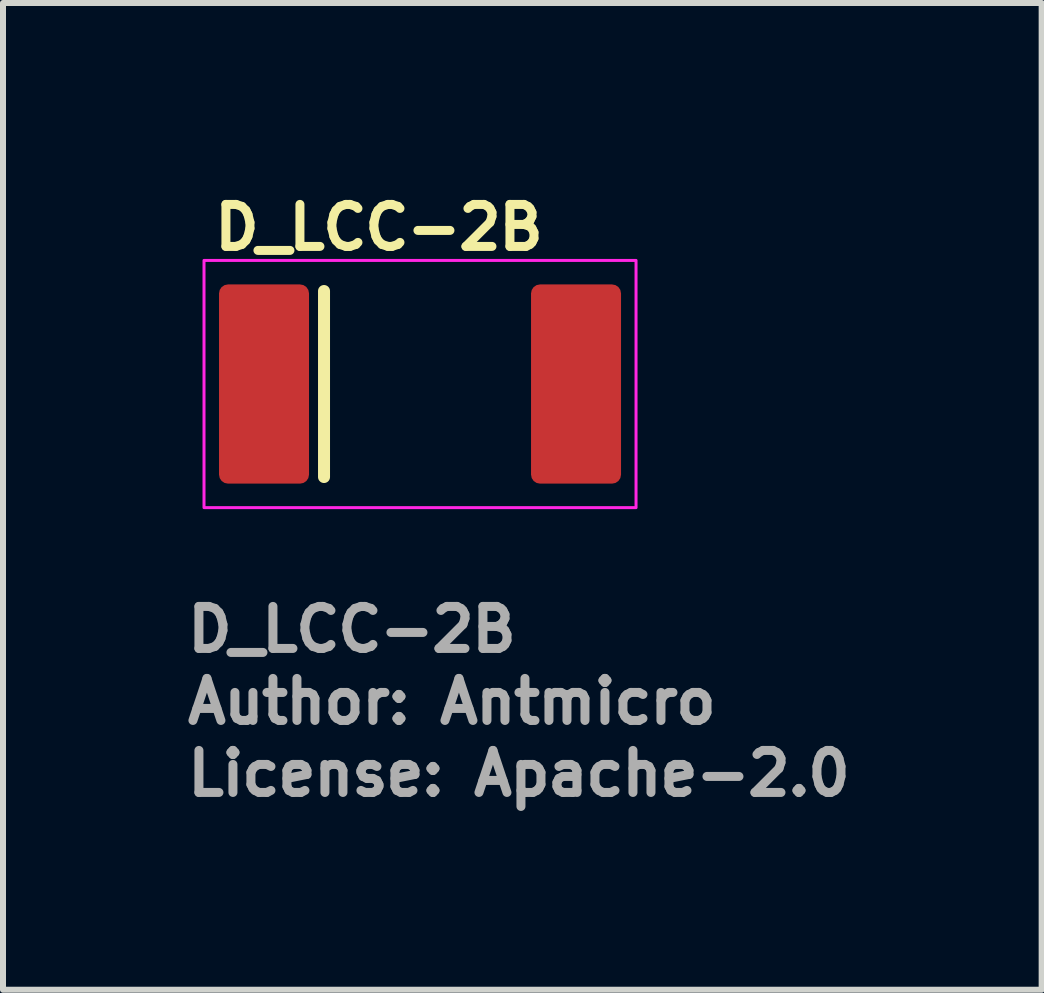
<source format=kicad_pcb>
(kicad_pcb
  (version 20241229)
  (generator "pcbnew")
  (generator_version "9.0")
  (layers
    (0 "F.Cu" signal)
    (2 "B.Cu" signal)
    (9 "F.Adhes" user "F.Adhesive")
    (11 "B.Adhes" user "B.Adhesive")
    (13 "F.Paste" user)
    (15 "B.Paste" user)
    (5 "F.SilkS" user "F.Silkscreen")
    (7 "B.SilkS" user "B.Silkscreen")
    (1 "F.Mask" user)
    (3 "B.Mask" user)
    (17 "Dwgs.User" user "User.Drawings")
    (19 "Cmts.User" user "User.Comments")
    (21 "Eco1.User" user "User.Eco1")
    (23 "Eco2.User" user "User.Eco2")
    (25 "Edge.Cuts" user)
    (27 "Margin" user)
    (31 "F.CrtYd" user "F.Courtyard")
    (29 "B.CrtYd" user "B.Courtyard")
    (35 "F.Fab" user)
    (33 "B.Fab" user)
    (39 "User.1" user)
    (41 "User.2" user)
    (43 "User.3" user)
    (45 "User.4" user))
  (footprint "D_LCC-2B"
    (layer "F.Cu")
    (at 3.95 3.35)
    (property "Reference" "D_LCC-2B" (at -3.5 -2.2 0) (unlocked yes) (layer "F.SilkS") (effects (font (size 0.7 0.7) (thickness 0.15)) (justify left bottom)))
    (attr smd)
    (fp_line (start -1.6 -1.55) (end -1.6 1.55) (stroke (width 0.2) (type default)) (layer "F.SilkS"))
    (fp_rect (start -3.6 -2.06) (end 3.6 2.06) (stroke (width 0.05) (type solid)) (fill no) (layer "F.CrtYd"))
    (fp_rect (start -2.7 -1.81) (end 2.7 1.81) (stroke (width 0.1) (type solid)) (fill no) (layer "User.5"))
    (fp_line (start -2.7 -1.52) (end -2.68 -1.54) (stroke (width 0.02) (type default)) (layer "User.9"))
    (fp_line (start -2.7 -0.884) (end -2.7 -1.52) (stroke (width 0.02) (type solid)) (layer "User.9"))
    (fp_line (start -2.7 -0.884) (end -2.688 -0.884) (stroke (width 0.02) (type default)) (layer "User.9"))
    (fp_line (start -2.7 0.936) (end -2.688 0.936) (stroke (width 0.02) (type default)) (layer "User.9"))
    (fp_line (start -2.7 1.52) (end -2.7 0.936) (stroke (width 0.02) (type solid)) (layer "User.9"))
    (fp_line (start -2.688 0.936) (end -2.655 0.933) (stroke (width 0.02) (type solid)) (layer "User.9"))
    (fp_line (start -2.688 0.936) (end -2.655 0.933) (stroke (width 0.02) (type solid)) (layer "User.9"))
    (fp_line (start -2.68 -1.54) (end -2.543 -1.54) (stroke (width 0.02) (type solid)) (layer "User.9"))
    (fp_line (start -2.68 1.54) (end -2.7 1.52) (stroke (width 0.02) (type default)) (layer "User.9"))
    (fp_line (start -2.655 -0.88) (end -2.688 -0.884) (stroke (width 0.02) (type solid)) (layer "User.9"))
    (fp_line (start -2.655 -0.88) (end -2.688 -0.884) (stroke (width 0.02) (type solid)) (layer "User.9"))
    (fp_line (start -2.655 0.933) (end -2.623 0.921) (stroke (width 0.02) (type solid)) (layer "User.9"))
    (fp_line (start -2.655 0.933) (end -2.623 0.921) (stroke (width 0.02) (type solid)) (layer "User.9"))
    (fp_line (start -2.623 -0.869) (end -2.655 -0.88) (stroke (width 0.02) (type solid)) (layer "User.9"))
    (fp_line (start -2.623 -0.869) (end -2.655 -0.88) (stroke (width 0.02) (type solid)) (layer "User.9"))
    (fp_line (start -2.623 0.921) (end -2.595 0.904) (stroke (width 0.02) (type solid)) (layer "User.9"))
    (fp_line (start -2.623 0.921) (end -2.595 0.904) (stroke (width 0.02) (type solid)) (layer "User.9"))
    (fp_line (start -2.595 -0.851) (end -2.623 -0.869) (stroke (width 0.02) (type solid)) (layer "User.9"))
    (fp_line (start -2.595 -0.851) (end -2.623 -0.869) (stroke (width 0.02) (type solid)) (layer "User.9"))
    (fp_line (start -2.595 0.904) (end -2.571 0.88) (stroke (width 0.02) (type solid)) (layer "User.9"))
    (fp_line (start -2.595 0.904) (end -2.571 0.88) (stroke (width 0.02) (type solid)) (layer "User.9"))
    (fp_line (start -2.571 -0.827) (end -2.595 -0.851) (stroke (width 0.02) (type solid)) (layer "User.9"))
    (fp_line (start -2.571 -0.827) (end -2.595 -0.851) (stroke (width 0.02) (type solid)) (layer "User.9"))
    (fp_line (start -2.571 0.88) (end -2.553 0.851) (stroke (width 0.02) (type solid)) (layer "User.9"))
    (fp_line (start -2.571 0.88) (end -2.553 0.851) (stroke (width 0.02) (type solid)) (layer "User.9"))
    (fp_line (start -2.553 -0.799) (end -2.571 -0.827) (stroke (width 0.02) (type solid)) (layer "User.9"))
    (fp_line (start -2.553 -0.799) (end -2.571 -0.827) (stroke (width 0.02) (type solid)) (layer "User.9"))
    (fp_line (start -2.553 0.851) (end -2.542 0.82) (stroke (width 0.02) (type solid)) (layer "User.9"))
    (fp_line (start -2.553 0.851) (end -2.542 0.82) (stroke (width 0.02) (type solid)) (layer "User.9"))
    (fp_line (start -2.543 -1.54) (end -2.519 -1.56) (stroke (width 0.02) (type solid)) (layer "User.9"))
    (fp_line (start -2.543 -1.54) (end -2.519 -1.56) (stroke (width 0.02) (type solid)) (layer "User.9"))
    (fp_line (start -2.543 1.54) (end -2.68 1.54) (stroke (width 0.02) (type solid)) (layer "User.9"))
    (fp_line (start -2.542 -0.767) (end -2.553 -0.799) (stroke (width 0.02) (type solid)) (layer "User.9"))
    (fp_line (start -2.542 -0.767) (end -2.553 -0.799) (stroke (width 0.02) (type solid)) (layer "User.9"))
    (fp_line (start -2.542 0.82) (end -2.538 0.786) (stroke (width 0.02) (type solid)) (layer "User.9"))
    (fp_line (start -2.542 0.82) (end -2.538 0.786) (stroke (width 0.02) (type solid)) (layer "User.9"))
    (fp_line (start -2.538 -0.734) (end -2.542 -0.767) (stroke (width 0.02) (type solid)) (layer "User.9"))
    (fp_line (start -2.538 -0.734) (end -2.542 -0.767) (stroke (width 0.02) (type solid)) (layer "User.9"))
    (fp_line (start -2.538 0.786) (end -2.538 -0.734) (stroke (width 0.02) (type solid)) (layer "User.9"))
    (fp_line (start -2.519 -1.56) (end -2.5 -1.585) (stroke (width 0.02) (type solid)) (layer "User.9"))
    (fp_line (start -2.519 -1.56) (end -2.5 -1.585) (stroke (width 0.02) (type solid)) (layer "User.9"))
    (fp_line (start -2.519 1.56) (end -2.543 1.54) (stroke (width 0.02) (type solid)) (layer "User.9"))
    (fp_line (start -2.519 1.56) (end -2.543 1.54) (stroke (width 0.02) (type solid)) (layer "User.9"))
    (fp_line (start -2.5 -1.585) (end -2.489 -1.615) (stroke (width 0.02) (type solid)) (layer "User.9"))
    (fp_line (start -2.5 -1.585) (end -2.489 -1.615) (stroke (width 0.02) (type solid)) (layer "User.9"))
    (fp_line (start -2.5 1.585) (end -2.519 1.56) (stroke (width 0.02) (type solid)) (layer "User.9"))
    (fp_line (start -2.5 1.585) (end -2.519 1.56) (stroke (width 0.02) (type solid)) (layer "User.9"))
    (fp_line (start -2.489 -1.615) (end -2.485 -1.646) (stroke (width 0.02) (type solid)) (layer "User.9"))
    (fp_line (start -2.489 -1.615) (end -2.485 -1.646) (stroke (width 0.02) (type solid)) (layer "User.9"))
    (fp_line (start -2.489 1.615) (end -2.5 1.585) (stroke (width 0.02) (type solid)) (layer "User.9"))
    (fp_line (start -2.489 1.615) (end -2.5 1.585) (stroke (width 0.02) (type solid)) (layer "User.9"))
    (fp_line (start -2.485 -1.79) (end -2.465 -1.81) (stroke (width 0.02) (type default)) (layer "User.9"))
    (fp_line (start -2.485 -1.646) (end -2.485 -1.79) (stroke (width 0.02) (type solid)) (layer "User.9"))
    (fp_line (start -2.485 1.646) (end -2.489 1.615) (stroke (width 0.02) (type solid)) (layer "User.9"))
    (fp_line (start -2.485 1.646) (end -2.489 1.615) (stroke (width 0.02) (type solid)) (layer "User.9"))
    (fp_line (start -2.485 1.79) (end -2.485 1.646) (stroke (width 0.02) (type solid)) (layer "User.9"))
    (fp_line (start -2.465 -1.81) (end 2.465 -1.81) (stroke (width 0.02) (type solid)) (layer "User.9"))
    (fp_line (start -2.465 1.81) (end -2.485 1.79) (stroke (width 0.02) (type default)) (layer "User.9"))
    (fp_line (start -2.334 -1.505) (end -2.334 1.505) (stroke (width 0.02) (type solid)) (layer "User.9"))
    (fp_line (start -2.334 -1.505) (end -2.262 -1.505) (stroke (width 0.02) (type default)) (layer "User.9"))
    (fp_line (start -2.334 1.505) (end -2.262 1.505) (stroke (width 0.02) (type default)) (layer "User.9"))
    (fp_line (start -2.262 -1.505) (end -2.262 1.505) (stroke (width 0.02) (type solid)) (layer "User.9"))
    (fp_line (start -2.262 -1.505) (end -2.259 -1.519) (stroke (width 0.02) (type solid)) (layer "User.9"))
    (fp_line (start -2.259 -1.519) (end -2.248 -1.53) (stroke (width 0.02) (type solid)) (layer "User.9"))
    (fp_line (start -2.259 1.519) (end -2.262 1.505) (stroke (width 0.02) (type solid)) (layer "User.9"))
    (fp_line (start -2.248 -1.53) (end -2.234 -1.533) (stroke (width 0.02) (type solid)) (layer "User.9"))
    (fp_line (start -2.248 1.53) (end -2.259 1.519) (stroke (width 0.02) (type solid)) (layer "User.9"))
    (fp_line (start -2.234 -1.605) (end -2.234 -1.533) (stroke (width 0.02) (type default)) (layer "User.9"))
    (fp_line (start -2.234 1.533) (end -2.248 1.53) (stroke (width 0.02) (type solid)) (layer "User.9"))
    (fp_line (start -2.234 1.533) (end 2.234 1.533) (stroke (width 0.02) (type solid)) (layer "User.9"))
    (fp_line (start -2.234 1.605) (end -2.234 1.533) (stroke (width 0.02) (type default)) (layer "User.9"))
    (fp_line (start -2.234 1.605) (end 2.234 1.605) (stroke (width 0.02) (type solid)) (layer "User.9"))
    (fp_line (start 2.234 -1.605) (end -2.234 -1.605) (stroke (width 0.02) (type solid)) (layer "User.9"))
    (fp_line (start 2.234 -1.605) (end 2.234 -1.533) (stroke (width 0.02) (type default)) (layer "User.9"))
    (fp_line (start 2.234 -1.533) (end -2.234 -1.533) (stroke (width 0.02) (type solid)) (layer "User.9"))
    (fp_line (start 2.234 -1.533) (end 2.248 -1.53) (stroke (width 0.02) (type solid)) (layer "User.9"))
    (fp_line (start 2.234 1.605) (end 2.234 1.533) (stroke (width 0.02) (type default)) (layer "User.9"))
    (fp_line (start 2.248 -1.53) (end 2.259 -1.519) (stroke (width 0.02) (type solid)) (layer "User.9"))
    (fp_line (start 2.248 1.53) (end 2.234 1.533) (stroke (width 0.02) (type solid)) (layer "User.9"))
    (fp_line (start 2.259 -1.519) (end 2.262 -1.505) (stroke (width 0.02) (type solid)) (layer "User.9"))
    (fp_line (start 2.259 1.519) (end 2.248 1.53) (stroke (width 0.02) (type solid)) (layer "User.9"))
    (fp_line (start 2.262 1.505) (end 2.259 1.519) (stroke (width 0.02) (type solid)) (layer "User.9"))
    (fp_line (start 2.262 1.505) (end 2.262 -1.505) (stroke (width 0.02) (type solid)) (layer "User.9"))
    (fp_line (start 2.334 -1.505) (end 2.262 -1.505) (stroke (width 0.02) (type default)) (layer "User.9"))
    (fp_line (start 2.334 1.505) (end 2.262 1.505) (stroke (width 0.02) (type default)) (layer "User.9"))
    (fp_line (start 2.334 1.505) (end 2.334 -1.505) (stroke (width 0.02) (type solid)) (layer "User.9"))
    (fp_line (start 2.465 1.81) (end -2.465 1.81) (stroke (width 0.02) (type solid)) (layer "User.9"))
    (fp_line (start 2.465 1.81) (end 2.485 1.79) (stroke (width 0.02) (type default)) (layer "User.9"))
    (fp_line (start 2.485 -1.79) (end 2.465 -1.81) (stroke (width 0.02) (type default)) (layer "User.9"))
    (fp_line (start 2.485 -1.79) (end 2.485 -1.646) (stroke (width 0.02) (type solid)) (layer "User.9"))
    (fp_line (start 2.485 -1.646) (end 2.489 -1.615) (stroke (width 0.02) (type solid)) (layer "User.9"))
    (fp_line (start 2.485 -1.646) (end 2.489 -1.615) (stroke (width 0.02) (type solid)) (layer "User.9"))
    (fp_line (start 2.485 1.646) (end 2.485 1.79) (stroke (width 0.02) (type solid)) (layer "User.9"))
    (fp_line (start 2.489 -1.615) (end 2.5 -1.585) (stroke (width 0.02) (type solid)) (layer "User.9"))
    (fp_line (start 2.489 -1.615) (end 2.5 -1.585) (stroke (width 0.02) (type solid)) (layer "User.9"))
    (fp_line (start 2.489 1.615) (end 2.485 1.646) (stroke (width 0.02) (type solid)) (layer "User.9"))
    (fp_line (start 2.489 1.615) (end 2.485 1.646) (stroke (width 0.02) (type solid)) (layer "User.9"))
    (fp_line (start 2.5 -1.585) (end 2.519 -1.56) (stroke (width 0.02) (type solid)) (layer "User.9"))
    (fp_line (start 2.5 -1.585) (end 2.519 -1.56) (stroke (width 0.02) (type solid)) (layer "User.9"))
    (fp_line (start 2.5 1.585) (end 2.489 1.615) (stroke (width 0.02) (type solid)) (layer "User.9"))
    (fp_line (start 2.5 1.585) (end 2.489 1.615) (stroke (width 0.02) (type solid)) (layer "User.9"))
    (fp_line (start 2.519 -1.56) (end 2.543 -1.54) (stroke (width 0.02) (type solid)) (layer "User.9"))
    (fp_line (start 2.519 -1.56) (end 2.543 -1.54) (stroke (width 0.02) (type solid)) (layer "User.9"))
    (fp_line (start 2.519 1.56) (end 2.5 1.585) (stroke (width 0.02) (type solid)) (layer "User.9"))
    (fp_line (start 2.519 1.56) (end 2.5 1.585) (stroke (width 0.02) (type solid)) (layer "User.9"))
    (fp_line (start 2.538 -0.734) (end 2.538 0.786) (stroke (width 0.02) (type solid)) (layer "User.9"))
    (fp_line (start 2.538 0.786) (end 2.542 0.819) (stroke (width 0.02) (type solid)) (layer "User.9"))
    (fp_line (start 2.538 0.786) (end 2.542 0.819) (stroke (width 0.02) (type solid)) (layer "User.9"))
    (fp_line (start 2.542 -0.767) (end 2.538 -0.734) (stroke (width 0.02) (type solid)) (layer "User.9"))
    (fp_line (start 2.542 -0.767) (end 2.538 -0.734) (stroke (width 0.02) (type solid)) (layer "User.9"))
    (fp_line (start 2.542 0.819) (end 2.552 0.85) (stroke (width 0.02) (type solid)) (layer "User.9"))
    (fp_line (start 2.542 0.819) (end 2.552 0.85) (stroke (width 0.02) (type solid)) (layer "User.9"))
    (fp_line (start 2.543 -1.54) (end 2.68 -1.54) (stroke (width 0.02) (type solid)) (layer "User.9"))
    (fp_line (start 2.543 1.54) (end 2.519 1.56) (stroke (width 0.02) (type solid)) (layer "User.9"))
    (fp_line (start 2.543 1.54) (end 2.519 1.56) (stroke (width 0.02) (type solid)) (layer "User.9"))
    (fp_line (start 2.552 0.85) (end 2.569 0.877) (stroke (width 0.02) (type solid)) (layer "User.9"))
    (fp_line (start 2.552 0.85) (end 2.569 0.877) (stroke (width 0.02) (type solid)) (layer "User.9"))
    (fp_line (start 2.553 -0.799) (end 2.542 -0.767) (stroke (width 0.02) (type solid)) (layer "User.9"))
    (fp_line (start 2.553 -0.799) (end 2.542 -0.767) (stroke (width 0.02) (type solid)) (layer "User.9"))
    (fp_line (start 2.569 0.877) (end 2.591 0.901) (stroke (width 0.02) (type solid)) (layer "User.9"))
    (fp_line (start 2.569 0.877) (end 2.591 0.901) (stroke (width 0.02) (type solid)) (layer "User.9"))
    (fp_line (start 2.571 -0.827) (end 2.553 -0.799) (stroke (width 0.02) (type solid)) (layer "User.9"))
    (fp_line (start 2.571 -0.827) (end 2.553 -0.799) (stroke (width 0.02) (type solid)) (layer "User.9"))
    (fp_line (start 2.591 0.901) (end 2.618 0.919) (stroke (width 0.02) (type solid)) (layer "User.9"))
    (fp_line (start 2.591 0.901) (end 2.618 0.919) (stroke (width 0.02) (type solid)) (layer "User.9"))
    (fp_line (start 2.595 -0.851) (end 2.571 -0.827) (stroke (width 0.02) (type solid)) (layer "User.9"))
    (fp_line (start 2.595 -0.851) (end 2.571 -0.827) (stroke (width 0.02) (type solid)) (layer "User.9"))
    (fp_line (start 2.618 0.919) (end 2.649 0.931) (stroke (width 0.02) (type solid)) (layer "User.9"))
    (fp_line (start 2.618 0.919) (end 2.649 0.931) (stroke (width 0.02) (type solid)) (layer "User.9"))
    (fp_line (start 2.623 -0.869) (end 2.595 -0.851) (stroke (width 0.02) (type solid)) (layer "User.9"))
    (fp_line (start 2.623 -0.869) (end 2.595 -0.851) (stroke (width 0.02) (type solid)) (layer "User.9"))
    (fp_line (start 2.649 0.931) (end 2.681 0.936) (stroke (width 0.02) (type solid)) (layer "User.9"))
    (fp_line (start 2.649 0.931) (end 2.681 0.936) (stroke (width 0.02) (type solid)) (layer "User.9"))
    (fp_line (start 2.655 -0.88) (end 2.623 -0.869) (stroke (width 0.02) (type solid)) (layer "User.9"))
    (fp_line (start 2.655 -0.88) (end 2.623 -0.869) (stroke (width 0.02) (type solid)) (layer "User.9"))
    (fp_line (start 2.68 -1.54) (end 2.7 -1.52) (stroke (width 0.02) (type default)) (layer "User.9"))
    (fp_line (start 2.68 1.54) (end 2.543 1.54) (stroke (width 0.02) (type solid)) (layer "User.9"))
    (fp_line (start 2.68 1.54) (end 2.7 1.52) (stroke (width 0.02) (type default)) (layer "User.9"))
    (fp_line (start 2.681 0.936) (end 2.7 0.956) (stroke (width 0.02) (type default)) (layer "User.9"))
    (fp_line (start 2.688 -0.884) (end 2.655 -0.88) (stroke (width 0.02) (type solid)) (layer "User.9"))
    (fp_line (start 2.688 -0.884) (end 2.655 -0.88) (stroke (width 0.02) (type solid)) (layer "User.9"))
    (fp_line (start 2.688 -0.884) (end 2.7 -0.884) (stroke (width 0.02) (type default)) (layer "User.9"))
    (fp_line (start 2.7 -1.52) (end 2.7 -0.884) (stroke (width 0.02) (type solid)) (layer "User.9"))
    (fp_line (start 2.7 0.956) (end 2.7 1.52) (stroke (width 0.02) (type solid)) (layer "User.9"))
    (fp_arc (start -2.334 -1.505) (mid -2.304711 -1.575711) (end -2.234 -1.605) (stroke (width 0.02) (type default)) (layer "User.9"))
    (fp_arc (start -2.234 1.605) (mid -2.304711 1.575711) (end -2.334 1.505) (stroke (width 0.02) (type default)) (layer "User.9"))
    (fp_arc (start 2.234 -1.605) (mid 2.304711 -1.575711) (end 2.334 -1.505) (stroke (width 0.02) (type default)) (layer "User.9"))
    (fp_arc (start 2.334 1.505) (mid 2.304711 1.575711) (end 2.234 1.605) (stroke (width 0.02) (type default)) (layer "User.9"))
    (fp_circle (center -1.979 -1.227) (end -1.979 -1.427) (stroke (width 0.02) (type default)) (fill no) (layer "User.9"))
    (fp_text user "${REFERENCE}" (at -3.95 4.5 0) (unlocked yes) (layer "F.Fab") (effects (font (size 0.7 0.7) (thickness 0.15)) (justify left bottom)))
    (fp_text user "Author: Antmicro" (at -3.95 5.7 0) (layer "F.Fab") (effects (font (size 0.7 0.7) (thickness 0.15)) (justify left bottom)))
    (fp_text user "License: Apache-2.0" (at -3.95 6.9 0) (layer "F.Fab") (effects (font (size 0.7 0.7) (thickness 0.15)) (justify left bottom)))
    (pad "1" smd roundrect (at -2.6 0) (size 1.5 3.32) (layers "F.Cu" "F.Mask" "F.Paste") (roundrect_rratio 0.1))
    (pad "2" smd roundrect (at 2.6 0) (size 1.5 3.32) (layers "F.Cu" "F.Mask" "F.Paste") (roundrect_rratio 0.1)))
  (gr_rect
    (start -3 -3)
    (end 14.31 13.445)
    (stroke (width 0.1) (type default))
    (fill no)
    (layer "Edge.Cuts")))
</source>
